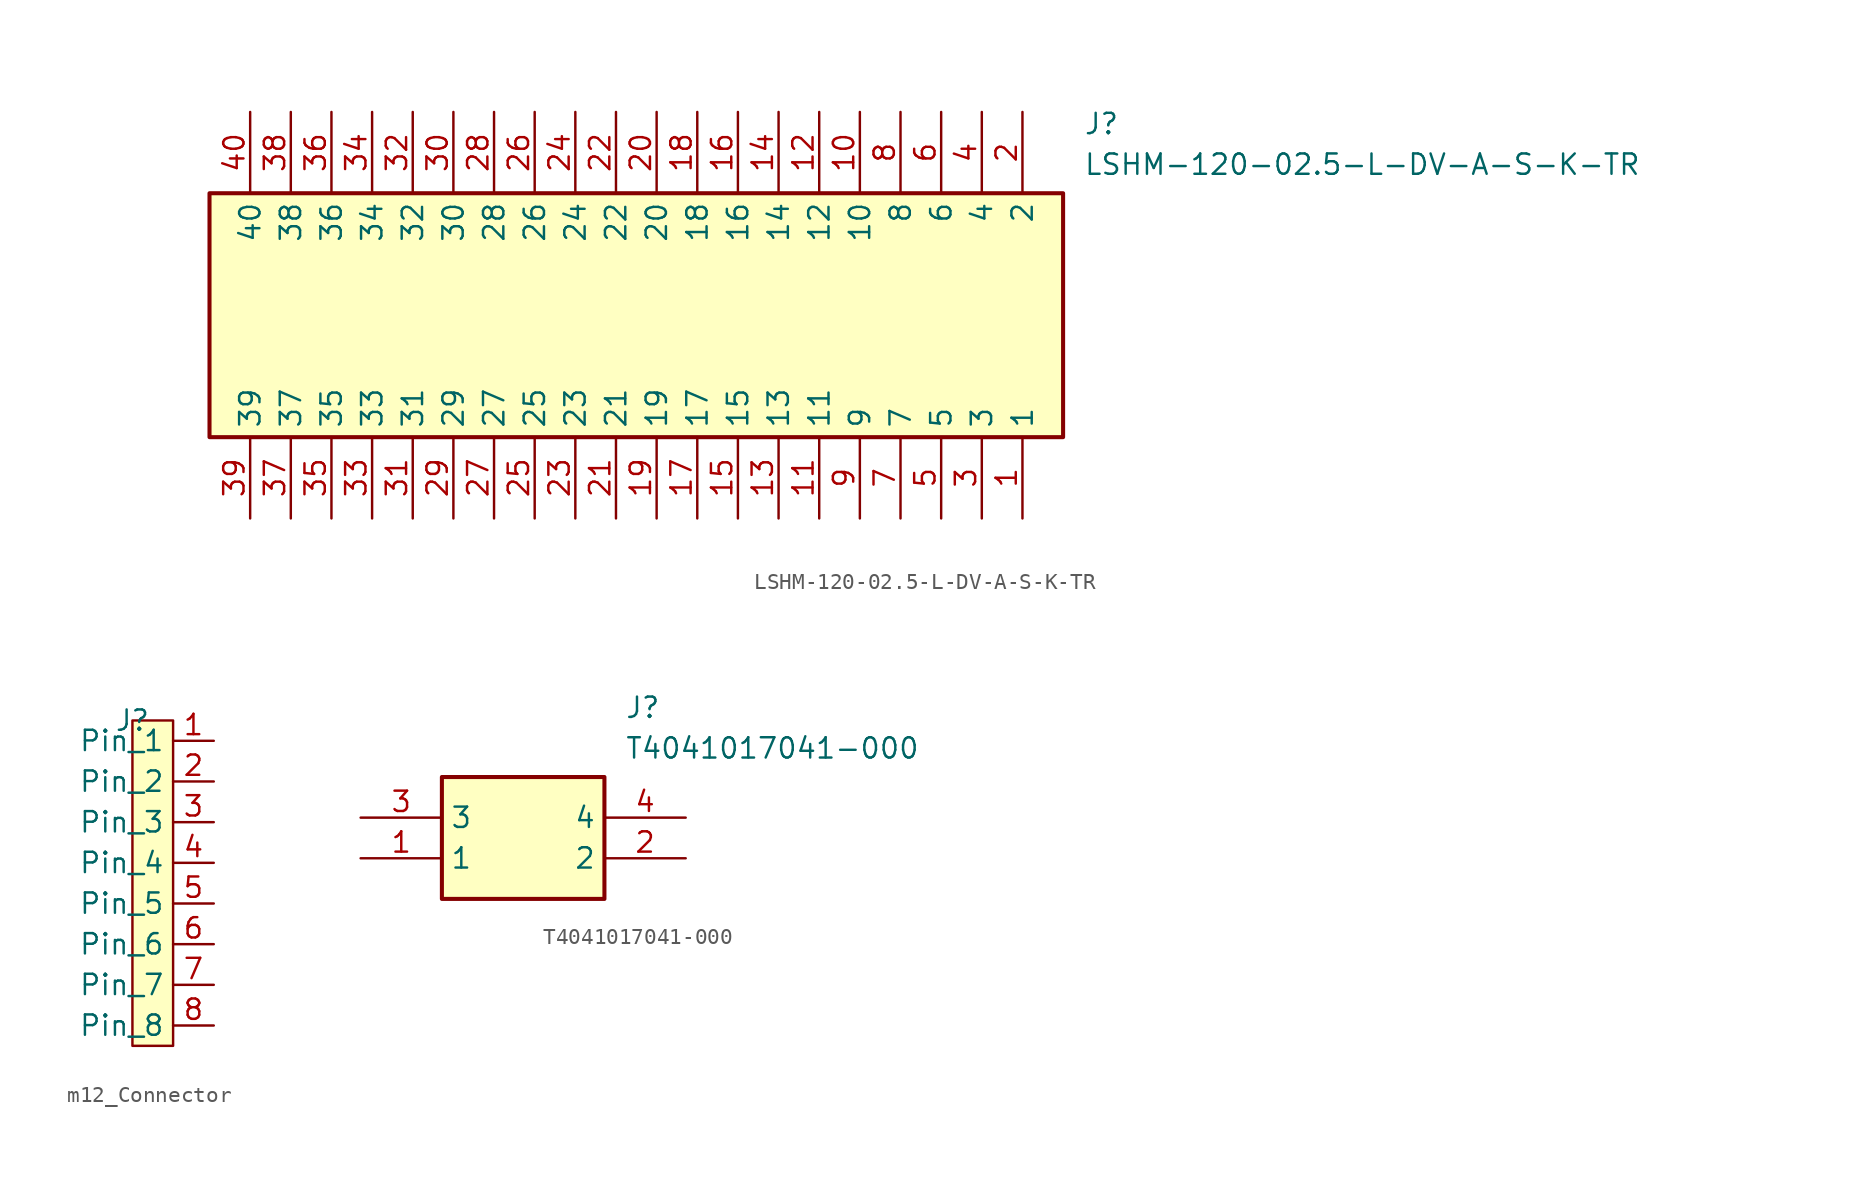
<source format=kicad_sym>
(kicad_symbol_lib
  (version 20220914)
  (generator kicad_symbol_editor)
  (symbol "LSHM-120-02.5-L-DV-A-S-K-TR"
    (property "Reference" "J"
      (at 59.69 12.7 0)
      (effects (font (size 1.27 1.27)) (justify left top)))
    (property "Value" "LSHM-120-02.5-L-DV-A-S-K-TR"
      (at 59.69 10.16 0)
      (effects (font (size 1.27 1.27)) (justify left top)))
    (symbol "LSHM-120-02.5-L-DV-A-S-K-TR_1_1"
      (rectangle (start 5.08 7.62) (end 58.42 -7.62) (stroke (width 0.254) (type default)) (fill (type background)))
      (pin passive line (at 55.88 -12.7 90) (length 5.08) (name "1" (effects (font (size 1.27 1.27)))) (number "1" (effects (font (size 1.27 1.27)))))
      (pin passive line (at 45.72 12.7 270) (length 5.08) (name "10" (effects (font (size 1.27 1.27)))) (number "10" (effects (font (size 1.27 1.27)))))
      (pin passive line (at 43.18 -12.7 90) (length 5.08) (name "11" (effects (font (size 1.27 1.27)))) (number "11" (effects (font (size 1.27 1.27)))))
      (pin passive line (at 43.18 12.7 270) (length 5.08) (name "12" (effects (font (size 1.27 1.27)))) (number "12" (effects (font (size 1.27 1.27)))))
      (pin passive line (at 40.64 -12.7 90) (length 5.08) (name "13" (effects (font (size 1.27 1.27)))) (number "13" (effects (font (size 1.27 1.27)))))
      (pin passive line (at 40.64 12.7 270) (length 5.08) (name "14" (effects (font (size 1.27 1.27)))) (number "14" (effects (font (size 1.27 1.27)))))
      (pin passive line (at 38.1 -12.7 90) (length 5.08) (name "15" (effects (font (size 1.27 1.27)))) (number "15" (effects (font (size 1.27 1.27)))))
      (pin passive line (at 38.1 12.7 270) (length 5.08) (name "16" (effects (font (size 1.27 1.27)))) (number "16" (effects (font (size 1.27 1.27)))))
      (pin passive line (at 35.56 -12.7 90) (length 5.08) (name "17" (effects (font (size 1.27 1.27)))) (number "17" (effects (font (size 1.27 1.27)))))
      (pin passive line (at 35.56 12.7 270) (length 5.08) (name "18" (effects (font (size 1.27 1.27)))) (number "18" (effects (font (size 1.27 1.27)))))
      (pin passive line (at 33.02 -12.7 90) (length 5.08) (name "19" (effects (font (size 1.27 1.27)))) (number "19" (effects (font (size 1.27 1.27)))))
      (pin passive line (at 55.88 12.7 270) (length 5.08) (name "2" (effects (font (size 1.27 1.27)))) (number "2" (effects (font (size 1.27 1.27)))))
      (pin passive line (at 33.02 12.7 270) (length 5.08) (name "20" (effects (font (size 1.27 1.27)))) (number "20" (effects (font (size 1.27 1.27)))))
      (pin passive line (at 30.48 -12.7 90) (length 5.08) (name "21" (effects (font (size 1.27 1.27)))) (number "21" (effects (font (size 1.27 1.27)))))
      (pin passive line (at 30.48 12.7 270) (length 5.08) (name "22" (effects (font (size 1.27 1.27)))) (number "22" (effects (font (size 1.27 1.27)))))
      (pin passive line (at 27.94 -12.7 90) (length 5.08) (name "23" (effects (font (size 1.27 1.27)))) (number "23" (effects (font (size 1.27 1.27)))))
      (pin passive line (at 27.94 12.7 270) (length 5.08) (name "24" (effects (font (size 1.27 1.27)))) (number "24" (effects (font (size 1.27 1.27)))))
      (pin passive line (at 25.4 -12.7 90) (length 5.08) (name "25" (effects (font (size 1.27 1.27)))) (number "25" (effects (font (size 1.27 1.27)))))
      (pin passive line (at 25.4 12.7 270) (length 5.08) (name "26" (effects (font (size 1.27 1.27)))) (number "26" (effects (font (size 1.27 1.27)))))
      (pin passive line (at 22.86 -12.7 90) (length 5.08) (name "27" (effects (font (size 1.27 1.27)))) (number "27" (effects (font (size 1.27 1.27)))))
      (pin passive line (at 22.86 12.7 270) (length 5.08) (name "28" (effects (font (size 1.27 1.27)))) (number "28" (effects (font (size 1.27 1.27)))))
      (pin passive line (at 20.32 -12.7 90) (length 5.08) (name "29" (effects (font (size 1.27 1.27)))) (number "29" (effects (font (size 1.27 1.27)))))
      (pin passive line (at 53.34 -12.7 90) (length 5.08) (name "3" (effects (font (size 1.27 1.27)))) (number "3" (effects (font (size 1.27 1.27)))))
      (pin passive line (at 20.32 12.7 270) (length 5.08) (name "30" (effects (font (size 1.27 1.27)))) (number "30" (effects (font (size 1.27 1.27)))))
      (pin passive line (at 17.78 -12.7 90) (length 5.08) (name "31" (effects (font (size 1.27 1.27)))) (number "31" (effects (font (size 1.27 1.27)))))
      (pin passive line (at 17.78 12.7 270) (length 5.08) (name "32" (effects (font (size 1.27 1.27)))) (number "32" (effects (font (size 1.27 1.27)))))
      (pin passive line (at 15.24 -12.7 90) (length 5.08) (name "33" (effects (font (size 1.27 1.27)))) (number "33" (effects (font (size 1.27 1.27)))))
      (pin passive line (at 15.24 12.7 270) (length 5.08) (name "34" (effects (font (size 1.27 1.27)))) (number "34" (effects (font (size 1.27 1.27)))))
      (pin passive line (at 12.7 -12.7 90) (length 5.08) (name "35" (effects (font (size 1.27 1.27)))) (number "35" (effects (font (size 1.27 1.27)))))
      (pin passive line (at 12.7 12.7 270) (length 5.08) (name "36" (effects (font (size 1.27 1.27)))) (number "36" (effects (font (size 1.27 1.27)))))
      (pin passive line (at 10.16 -12.7 90) (length 5.08) (name "37" (effects (font (size 1.27 1.27)))) (number "37" (effects (font (size 1.27 1.27)))))
      (pin passive line (at 10.16 12.7 270) (length 5.08) (name "38" (effects (font (size 1.27 1.27)))) (number "38" (effects (font (size 1.27 1.27)))))
      (pin passive line (at 7.62 -12.7 90) (length 5.08) (name "39" (effects (font (size 1.27 1.27)))) (number "39" (effects (font (size 1.27 1.27)))))
      (pin passive line (at 53.34 12.7 270) (length 5.08) (name "4" (effects (font (size 1.27 1.27)))) (number "4" (effects (font (size 1.27 1.27)))))
      (pin passive line (at 7.62 12.7 270) (length 5.08) (name "40" (effects (font (size 1.27 1.27)))) (number "40" (effects (font (size 1.27 1.27)))))
      (pin passive line (at 50.8 -12.7 90) (length 5.08) (name "5" (effects (font (size 1.27 1.27)))) (number "5" (effects (font (size 1.27 1.27)))))
      (pin passive line (at 50.8 12.7 270) (length 5.08) (name "6" (effects (font (size 1.27 1.27)))) (number "6" (effects (font (size 1.27 1.27)))))
      (pin passive line (at 48.26 -12.7 90) (length 5.08) (name "7" (effects (font (size 1.27 1.27)))) (number "7" (effects (font (size 1.27 1.27)))))
      (pin passive line (at 48.26 12.7 270) (length 5.08) (name "8" (effects (font (size 1.27 1.27)))) (number "8" (effects (font (size 1.27 1.27)))))
      (pin passive line (at 45.72 -12.7 90) (length 5.08) (name "9" (effects (font (size 1.27 1.27)))) (number "9" (effects (font (size 1.27 1.27)))))))
  (symbol "m12_Connector"
    (property "Reference" "J"
      (at 0 0 0)
      (effects (font (size 1.27 1.27))))
    (property "Value" ""
      (at 0 0 0)
      (effects (font (size 1.27 1.27))))
    (symbol "m12_Connector_1_1"
      (rectangle (start 0 0) (end 2.54 -20.32) (stroke (width 0) (type default)) (fill (type background)))
      (pin bidirectional line (at 5.08 -1.27 180) (length 2.54) (name "Pin_1" (effects (font (size 1.27 1.27)))) (number "1" (effects (font (size 1.27 1.27)))))
      (pin bidirectional line (at 5.08 -3.81 180) (length 2.54) (name "Pin_2" (effects (font (size 1.27 1.27)))) (number "2" (effects (font (size 1.27 1.27)))))
      (pin bidirectional line (at 5.08 -6.35 180) (length 2.54) (name "Pin_3" (effects (font (size 1.27 1.27)))) (number "3" (effects (font (size 1.27 1.27)))))
      (pin bidirectional line (at 5.08 -8.89 180) (length 2.54) (name "Pin_4" (effects (font (size 1.27 1.27)))) (number "4" (effects (font (size 1.27 1.27)))))
      (pin bidirectional line (at 5.08 -11.43 180) (length 2.54) (name "Pin_5" (effects (font (size 1.27 1.27)))) (number "5" (effects (font (size 1.27 1.27)))))
      (pin bidirectional line (at 5.08 -13.97 180) (length 2.54) (name "Pin_6" (effects (font (size 1.27 1.27)))) (number "6" (effects (font (size 1.27 1.27)))))
      (pin bidirectional line (at 5.08 -16.51 180) (length 2.54) (name "Pin_7" (effects (font (size 1.27 1.27)))) (number "7" (effects (font (size 1.27 1.27)))))
      (pin bidirectional line (at 5.08 -19.05 180) (length 2.54) (name "Pin_8" (effects (font (size 1.27 1.27)))) (number "8" (effects (font (size 1.27 1.27)))))))
  (symbol "T4041017041-000"
    (property "Reference" "J"
      (at 16.51 7.62 0)
      (effects (font (size 1.27 1.27)) (justify left top)))
    (property "Value" "T4041017041-000"
      (at 16.51 5.08 0)
      (effects (font (size 1.27 1.27)) (justify left top)))
    (symbol "T4041017041-000_1_1"
      (rectangle (start 5.08 2.54) (end 15.24 -5.08) (stroke (width 0.254) (type default)) (fill (type background)))
      (pin passive line (at 0 -2.54 0) (length 5.08) (name "1" (effects (font (size 1.27 1.27)))) (number "1" (effects (font (size 1.27 1.27)))))
      (pin passive line (at 20.32 -2.54 180) (length 5.08) (name "2" (effects (font (size 1.27 1.27)))) (number "2" (effects (font (size 1.27 1.27)))))
      (pin passive line (at 0 0 0) (length 5.08) (name "3" (effects (font (size 1.27 1.27)))) (number "3" (effects (font (size 1.27 1.27)))))
      (pin passive line (at 20.32 0 180) (length 5.08) (name "4" (effects (font (size 1.27 1.27)))) (number "4" (effects (font (size 1.27 1.27))))))))
</source>
